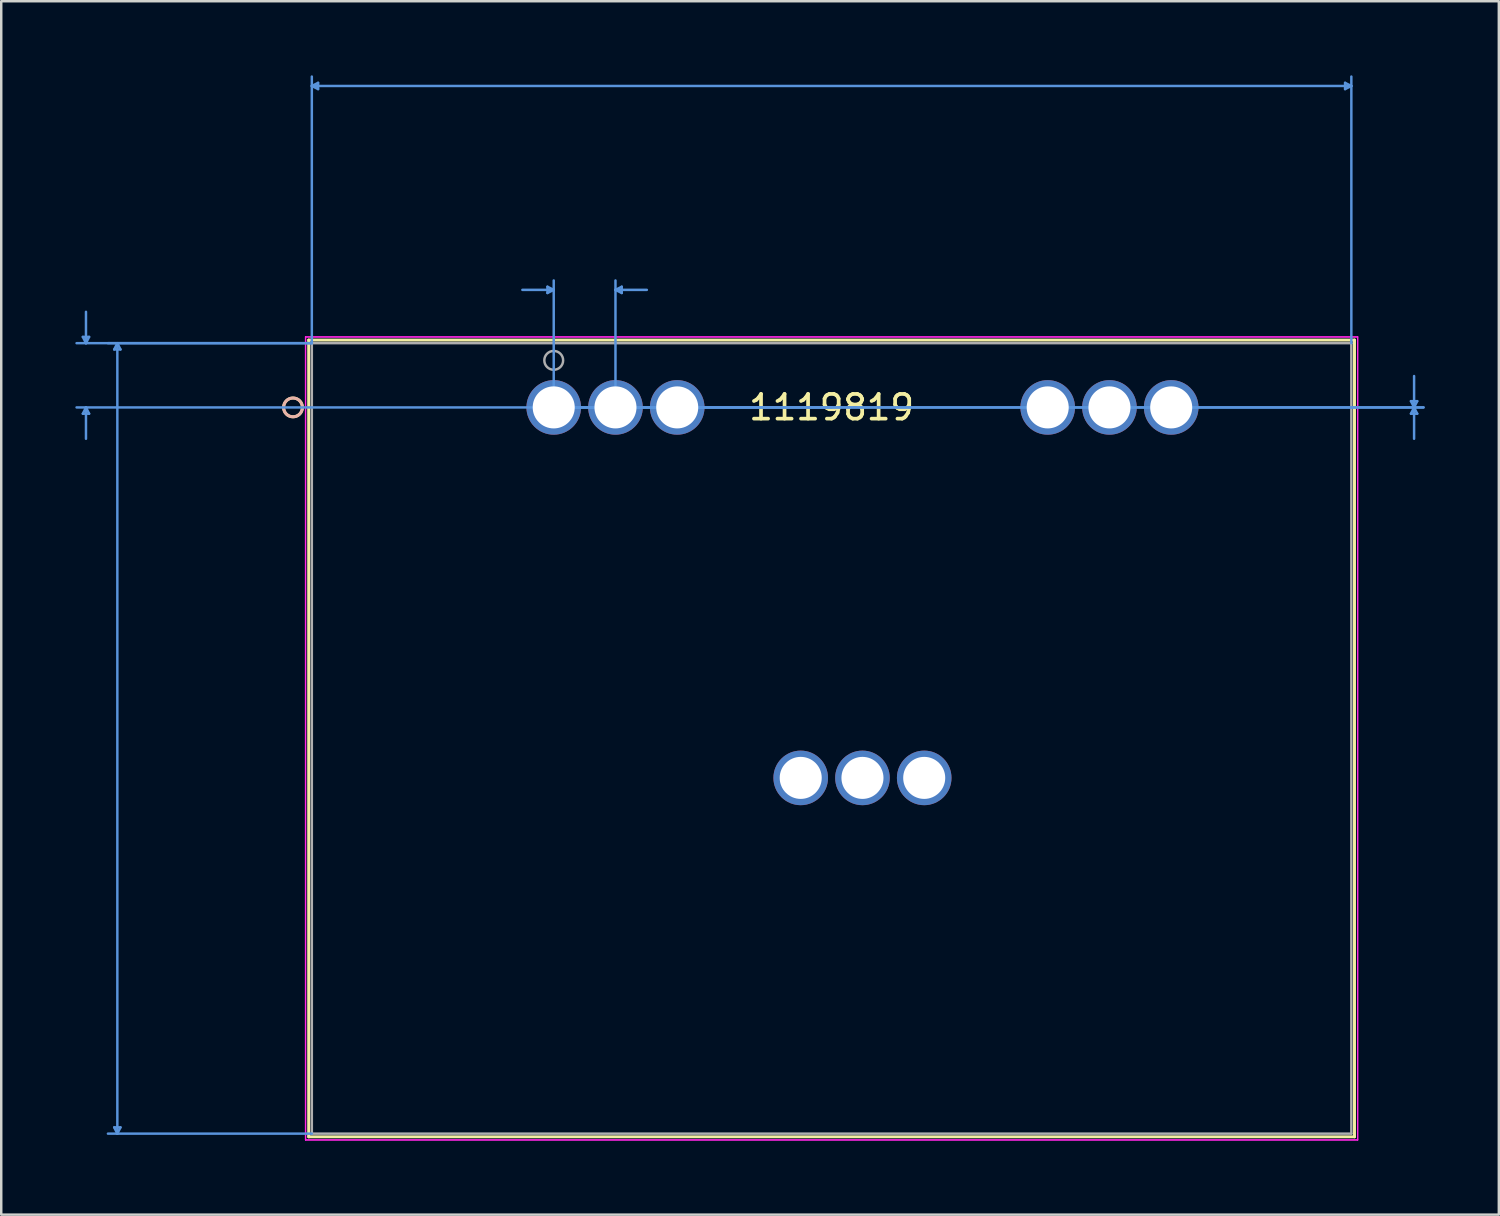
<source format=kicad_pcb>
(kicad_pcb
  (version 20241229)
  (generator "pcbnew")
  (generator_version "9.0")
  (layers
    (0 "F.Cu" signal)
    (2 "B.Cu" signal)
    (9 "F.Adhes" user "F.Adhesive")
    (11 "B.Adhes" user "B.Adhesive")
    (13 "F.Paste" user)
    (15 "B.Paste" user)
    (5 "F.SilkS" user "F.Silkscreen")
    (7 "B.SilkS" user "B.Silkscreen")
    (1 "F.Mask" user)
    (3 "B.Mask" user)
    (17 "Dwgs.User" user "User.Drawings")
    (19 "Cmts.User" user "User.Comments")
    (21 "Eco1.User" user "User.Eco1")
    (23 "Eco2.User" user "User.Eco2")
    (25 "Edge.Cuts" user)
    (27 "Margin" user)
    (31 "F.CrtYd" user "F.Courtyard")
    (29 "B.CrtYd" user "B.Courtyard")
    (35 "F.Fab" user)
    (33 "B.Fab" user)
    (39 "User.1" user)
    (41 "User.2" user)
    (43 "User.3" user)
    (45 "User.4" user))
  (footprint "1119819"
    (layer "F.Cu")
    (at 19.369 13.445)
    (property "Reference" "1119819" (at 11.25 0 0) (layer "F.SilkS") (effects (font (size 1 1) (thickness 0.15))))
    (attr through_hole)
    (fp_line (start -9.921 -2.727) (end -9.921 29.531) (stroke (width 0.12) (type solid)) (layer "F.SilkS"))
    (fp_line (start -9.921 29.531) (end 32.421 29.531) (stroke (width 0.12) (type solid)) (layer "F.SilkS"))
    (fp_line (start 32.421 -2.727) (end -9.921 -2.727) (stroke (width 0.12) (type solid)) (layer "F.SilkS"))
    (fp_line (start 32.421 29.531) (end 32.421 -2.727) (stroke (width 0.12) (type solid)) (layer "F.SilkS"))
    (fp_circle (center -10.556 0) (end -10.175 0) (stroke (width 0.12) (type solid)) (fill no) (layer "F.SilkS"))
    (fp_circle (center -10.556 0) (end -10.175 0) (stroke (width 0.12) (type solid)) (fill no) (layer "B.SilkS"))
    (fp_line (start -19.065 -2.854) (end -18.811 -2.854) (stroke (width 0.1) (type solid)) (layer "Cmts.User"))
    (fp_line (start -19.065 0.254) (end -18.811 0.254) (stroke (width 0.1) (type solid)) (layer "Cmts.User"))
    (fp_line (start -18.938 -2.6) (end -19.065 -2.854) (stroke (width 0.1) (type solid)) (layer "Cmts.User"))
    (fp_line (start -18.938 -2.6) (end -18.938 -3.87) (stroke (width 0.1) (type solid)) (layer "Cmts.User"))
    (fp_line (start -18.938 -2.6) (end -18.811 -2.854) (stroke (width 0.1) (type solid)) (layer "Cmts.User"))
    (fp_line (start -18.938 0) (end -19.065 0.254) (stroke (width 0.1) (type solid)) (layer "Cmts.User"))
    (fp_line (start -18.938 0) (end -18.938 1.27) (stroke (width 0.1) (type solid)) (layer "Cmts.User"))
    (fp_line (start -18.938 0) (end -18.811 0.254) (stroke (width 0.1) (type solid)) (layer "Cmts.User"))
    (fp_line (start -17.795 -2.346) (end -17.541 -2.346) (stroke (width 0.1) (type solid)) (layer "Cmts.User"))
    (fp_line (start -17.795 29.15) (end -17.541 29.15) (stroke (width 0.1) (type solid)) (layer "Cmts.User"))
    (fp_line (start -17.668 -2.6) (end -17.795 -2.346) (stroke (width 0.1) (type solid)) (layer "Cmts.User"))
    (fp_line (start -17.668 -2.6) (end -17.668 29.404) (stroke (width 0.1) (type solid)) (layer "Cmts.User"))
    (fp_line (start -17.668 -2.6) (end -17.541 -2.346) (stroke (width 0.1) (type solid)) (layer "Cmts.User"))
    (fp_line (start -17.668 29.404) (end -17.795 29.15) (stroke (width 0.1) (type solid)) (layer "Cmts.User"))
    (fp_line (start -17.668 29.404) (end -17.541 29.15) (stroke (width 0.1) (type solid)) (layer "Cmts.User"))
    (fp_line (start -9.794 -13.014) (end -9.54 -13.141) (stroke (width 0.1) (type solid)) (layer "Cmts.User"))
    (fp_line (start -9.794 -13.014) (end -9.54 -12.887) (stroke (width 0.1) (type solid)) (layer "Cmts.User"))
    (fp_line (start -9.794 -13.014) (end 32.294 -13.014) (stroke (width 0.1) (type solid)) (layer "Cmts.User"))
    (fp_line (start -9.794 -2.6) (end -19.319 -2.6) (stroke (width 0.1) (type solid)) (layer "Cmts.User"))
    (fp_line (start -9.794 -2.6) (end -18.049 -2.6) (stroke (width 0.1) (type solid)) (layer "Cmts.User"))
    (fp_line (start -9.794 -2.6) (end -9.794 -13.395) (stroke (width 0.1) (type solid)) (layer "Cmts.User"))
    (fp_line (start -9.794 29.404) (end -18.049 29.404) (stroke (width 0.1) (type solid)) (layer "Cmts.User"))
    (fp_line (start -9.54 -13.141) (end -9.54 -12.887) (stroke (width 0.1) (type solid)) (layer "Cmts.User"))
    (fp_line (start -0.254 -4.886) (end -0.254 -4.632) (stroke (width 0.1) (type solid)) (layer "Cmts.User"))
    (fp_line (start 0 -4.759) (end -1.27 -4.759) (stroke (width 0.1) (type solid)) (layer "Cmts.User"))
    (fp_line (start 0 -4.759) (end -0.254 -4.886) (stroke (width 0.1) (type solid)) (layer "Cmts.User"))
    (fp_line (start 0 -4.759) (end -0.254 -4.632) (stroke (width 0.1) (type solid)) (layer "Cmts.User"))
    (fp_line (start 0 0) (end 0 -5.14) (stroke (width 0.1) (type solid)) (layer "Cmts.User"))
    (fp_line (start 0 0) (end 35.215 0) (stroke (width 0.1) (type solid)) (layer "Cmts.User"))
    (fp_line (start 0 0) (end 35.215 0) (stroke (width 0.1) (type solid)) (layer "Cmts.User"))
    (fp_line (start 2.5 -4.759) (end 2.754 -4.886) (stroke (width 0.1) (type solid)) (layer "Cmts.User"))
    (fp_line (start 2.5 -4.759) (end 2.754 -4.632) (stroke (width 0.1) (type solid)) (layer "Cmts.User"))
    (fp_line (start 2.5 -4.759) (end 3.77 -4.759) (stroke (width 0.1) (type solid)) (layer "Cmts.User"))
    (fp_line (start 2.5 0) (end 2.5 -5.14) (stroke (width 0.1) (type solid)) (layer "Cmts.User"))
    (fp_line (start 2.754 -4.886) (end 2.754 -4.632) (stroke (width 0.1) (type solid)) (layer "Cmts.User"))
    (fp_line (start 11.25 0) (end -19.319 0) (stroke (width 0.1) (type solid)) (layer "Cmts.User"))
    (fp_line (start 32.04 -13.141) (end 32.04 -12.887) (stroke (width 0.1) (type solid)) (layer "Cmts.User"))
    (fp_line (start 32.294 -13.014) (end 32.04 -13.141) (stroke (width 0.1) (type solid)) (layer "Cmts.User"))
    (fp_line (start 32.294 -13.014) (end 32.04 -12.887) (stroke (width 0.1) (type solid)) (layer "Cmts.User"))
    (fp_line (start 32.294 -2.6) (end 32.294 -13.395) (stroke (width 0.1) (type solid)) (layer "Cmts.User"))
    (fp_line (start 34.707 -0.254) (end 34.961 -0.254) (stroke (width 0.1) (type solid)) (layer "Cmts.User"))
    (fp_line (start 34.707 0.254) (end 34.961 0.254) (stroke (width 0.1) (type solid)) (layer "Cmts.User"))
    (fp_line (start 34.834 0) (end 34.707 -0.254) (stroke (width 0.1) (type solid)) (layer "Cmts.User"))
    (fp_line (start 34.834 0) (end 34.707 0.254) (stroke (width 0.1) (type solid)) (layer "Cmts.User"))
    (fp_line (start 34.834 0) (end 34.834 -1.27) (stroke (width 0.1) (type solid)) (layer "Cmts.User"))
    (fp_line (start 34.834 0) (end 34.834 1.27) (stroke (width 0.1) (type solid)) (layer "Cmts.User"))
    (fp_line (start 34.834 0) (end 34.961 -0.254) (stroke (width 0.1) (type solid)) (layer "Cmts.User"))
    (fp_line (start 34.834 0) (end 34.961 0.254) (stroke (width 0.1) (type solid)) (layer "Cmts.User"))
    (fp_line (start -10.048 -2.854) (end -10.048 29.658) (stroke (width 0.05) (type solid)) (layer "F.CrtYd"))
    (fp_line (start -10.048 -2.854) (end -10.048 29.658) (stroke (width 0.05) (type solid)) (layer "F.CrtYd"))
    (fp_line (start -10.048 29.658) (end 32.548 29.658) (stroke (width 0.05) (type solid)) (layer "F.CrtYd"))
    (fp_line (start -10.048 29.658) (end 32.548 29.658) (stroke (width 0.05) (type solid)) (layer "F.CrtYd"))
    (fp_line (start 32.548 -2.854) (end -10.048 -2.854) (stroke (width 0.05) (type solid)) (layer "F.CrtYd"))
    (fp_line (start 32.548 -2.854) (end -10.048 -2.854) (stroke (width 0.05) (type solid)) (layer "F.CrtYd"))
    (fp_line (start 32.548 29.658) (end 32.548 -2.854) (stroke (width 0.05) (type solid)) (layer "F.CrtYd"))
    (fp_line (start 32.548 29.658) (end 32.548 -2.854) (stroke (width 0.05) (type solid)) (layer "F.CrtYd"))
    (fp_line (start -9.794 -2.6) (end -9.794 29.404) (stroke (width 0.1) (type solid)) (layer "F.Fab"))
    (fp_line (start -9.794 29.404) (end 32.294 29.404) (stroke (width 0.1) (type solid)) (layer "F.Fab"))
    (fp_line (start 32.294 -2.6) (end -9.794 -2.6) (stroke (width 0.1) (type solid)) (layer "F.Fab"))
    (fp_line (start 32.294 29.404) (end 32.294 -2.6) (stroke (width 0.1) (type solid)) (layer "F.Fab"))
    (fp_circle (center 0 -1.905) (end 0.381 -1.905) (stroke (width 0.1) (type solid)) (fill no) (layer "F.Fab"))
    (fp_text user "*" (at 0 0 0) (layer "F.SilkS") (effects (font (size 1 1) (thickness 0.15))))
    (fp_text user "Copyright 2021 Accelerated Designs. All rights reserved." (at 0 0 0) (layer "Cmts.User") (effects (font (size 0.127 0.127) (thickness 0.002))))
    (fp_text user "*" (at 0 0 0) (layer "F.Fab") (effects (font (size 1 1) (thickness 0.15))))
    (pad "1" thru_hole circle (at 0 0) (size 2.21 2.21) (drill 1.702) (layers "*.Cu" "*.Mask"))
    (pad "2" thru_hole circle (at 2.5 0) (size 2.21 2.21) (drill 1.702) (layers "*.Cu" "*.Mask"))
    (pad "3" thru_hole circle (at 5 0) (size 2.21 2.21) (drill 1.702) (layers "*.Cu" "*.Mask"))
    (pad "4" thru_hole circle (at 10 15) (size 2.21 2.21) (drill 1.702) (layers "*.Cu" "*.Mask"))
    (pad "5" thru_hole circle (at 12.5 15) (size 2.21 2.21) (drill 1.702) (layers "*.Cu" "*.Mask"))
    (pad "6" thru_hole circle (at 15 15) (size 2.21 2.21) (drill 1.702) (layers "*.Cu" "*.Mask"))
    (pad "7" thru_hole circle (at 20 0) (size 2.21 2.21) (drill 1.702) (layers "*.Cu" "*.Mask"))
    (pad "8" thru_hole circle (at 22.5 0) (size 2.21 2.21) (drill 1.702) (layers "*.Cu" "*.Mask"))
    (pad "9" thru_hole circle (at 25 0) (size 2.21 2.21) (drill 1.702) (layers "*.Cu" "*.Mask")))
  (gr_rect
    (start -3 -3)
    (end 57.634 46.128)
    (stroke (width 0.1) (type default))
    (fill no)
    (layer "Edge.Cuts")))
</source>
